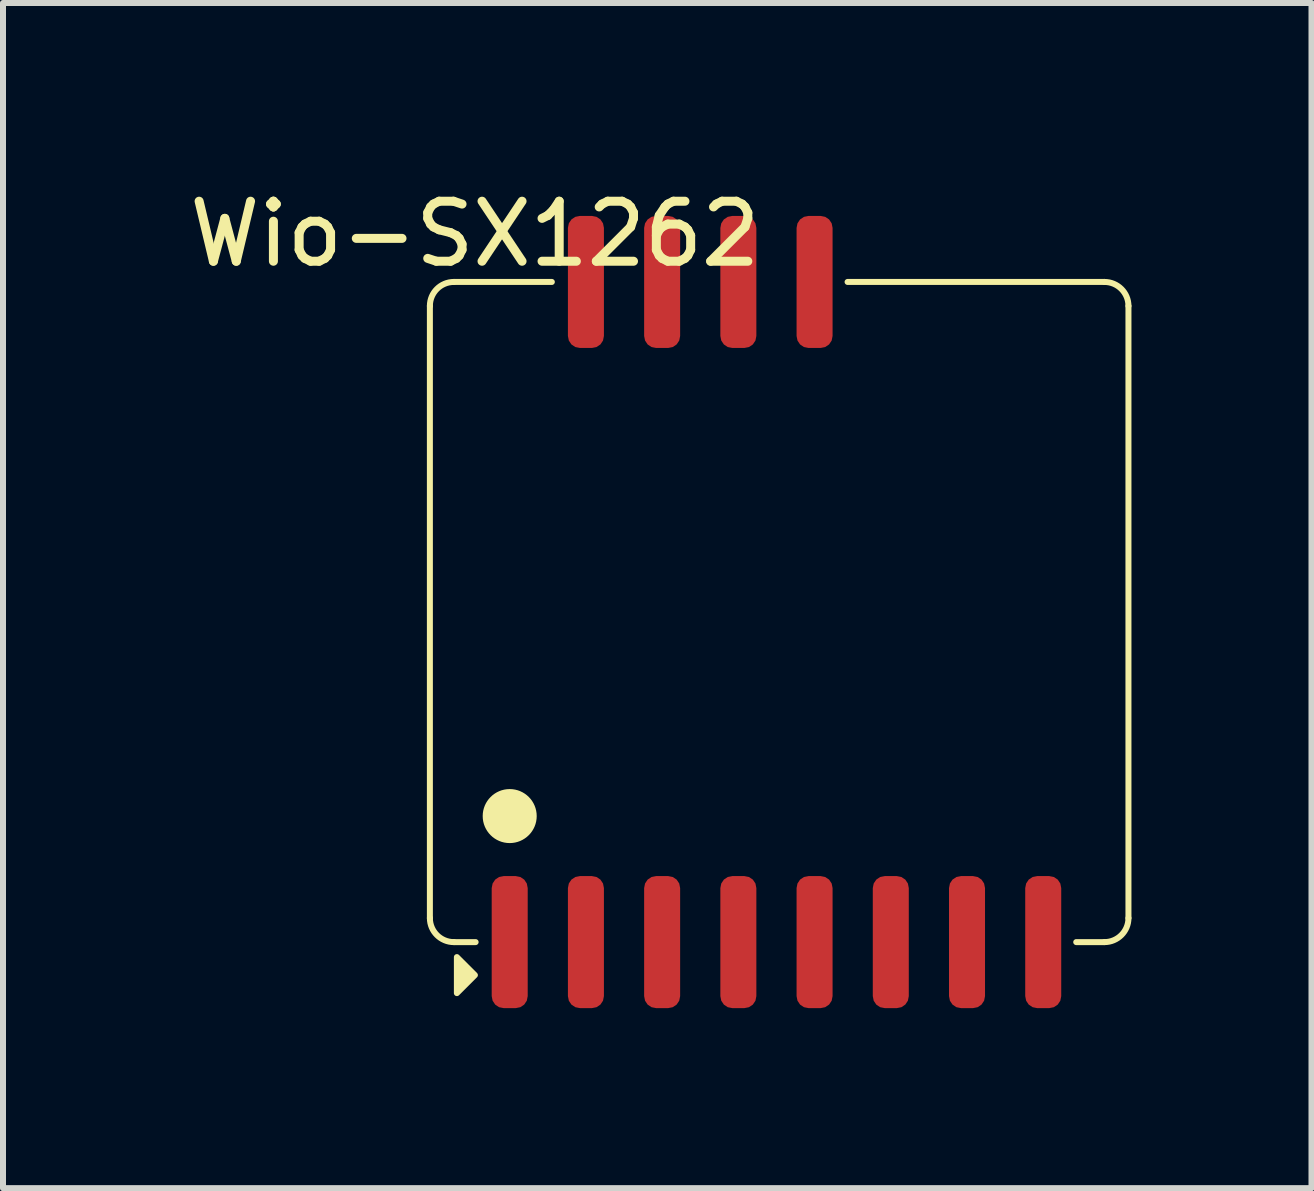
<source format=kicad_pcb>
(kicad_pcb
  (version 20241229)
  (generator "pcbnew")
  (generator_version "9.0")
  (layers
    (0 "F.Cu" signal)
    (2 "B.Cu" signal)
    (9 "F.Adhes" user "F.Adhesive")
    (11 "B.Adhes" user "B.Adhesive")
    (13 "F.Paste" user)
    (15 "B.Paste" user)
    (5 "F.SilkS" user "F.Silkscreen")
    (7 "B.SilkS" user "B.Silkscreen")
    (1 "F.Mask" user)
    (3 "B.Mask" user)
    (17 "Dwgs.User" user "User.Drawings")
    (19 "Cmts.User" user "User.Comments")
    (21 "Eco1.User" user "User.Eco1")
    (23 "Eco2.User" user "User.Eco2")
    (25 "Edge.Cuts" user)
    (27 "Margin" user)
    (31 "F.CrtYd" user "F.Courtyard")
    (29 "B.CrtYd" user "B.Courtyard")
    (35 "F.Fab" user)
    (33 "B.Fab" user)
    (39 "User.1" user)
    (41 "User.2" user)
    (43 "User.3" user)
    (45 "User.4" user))
  (footprint "Wio-SX1262"
    (layer "F.Cu")
    (at 4.113 12.648)
    (property "Reference" "Wio-SX1262" (at 0.75 -11.8 0) (layer "F.SilkS") (effects (font (size 1 1) (thickness 0.15))))
    (fp_line (start 0 -10.6) (end 0.000001 -0.4) (stroke (width 0.1) (type default)) (layer "F.SilkS"))
    (fp_line (start 0.4 -11) (end 2.032 -11) (stroke (width 0.1) (type default)) (layer "F.SilkS"))
    (fp_line (start 0.4 0) (end 0.762 0) (stroke (width 0.1) (type default)) (layer "F.SilkS"))
    (fp_line (start 11.24 -11) (end 6.96 -11) (stroke (width 0.1) (type default)) (layer "F.SilkS"))
    (fp_line (start 11.24 0) (end 10.77 0) (stroke (width 0.1) (type default)) (layer "F.SilkS"))
    (fp_line (start 11.64 -10.6) (end 11.64 -0.4) (stroke (width 0.1) (type default)) (layer "F.SilkS"))
    (fp_arc (start 0 -10.6) (mid 0.117157 -10.882843) (end 0.4 -11) (stroke (width 0.1) (type default)) (layer "F.SilkS"))
    (fp_arc (start 0.4 0) (mid 0.117157 -0.117157) (end 0 -0.4) (stroke (width 0.1) (type default)) (layer "F.SilkS"))
    (fp_arc (start 11.24 -11) (mid 11.522843 -10.882843) (end 11.64 -10.6) (stroke (width 0.1) (type default)) (layer "F.SilkS"))
    (fp_arc (start 11.64 -0.4) (mid 11.522843 -0.117157) (end 11.24 0) (stroke (width 0.1) (type default)) (layer "F.SilkS"))
    (fp_circle (center 1.33 -2.1) (end 1.73 -2.1) (stroke (width 0.1) (type solid)) (fill yes) (layer "F.SilkS"))
    (fp_poly (pts (xy 0.75 0.55) (xy 0.45 0.25) (xy 0.45 0.85)) (stroke (width 0.1) (type solid)) (fill yes) (layer "F.SilkS"))
    (pad "1" smd roundrect (at 1.33 0 90) (size 2.2 0.6) (layers "F.Cu" "F.Mask" "F.Paste") (roundrect_rratio 0.333))
    (pad "2" smd roundrect (at 2.6 0 90) (size 2.2 0.6) (layers "F.Cu" "F.Mask" "F.Paste") (roundrect_rratio 0.333))
    (pad "3" smd roundrect (at 3.87 0 90) (size 2.2 0.6) (layers "F.Cu" "F.Mask" "F.Paste") (roundrect_rratio 0.333))
    (pad "4" smd roundrect (at 5.14 0 90) (size 2.2 0.6) (layers "F.Cu" "F.Mask" "F.Paste") (roundrect_rratio 0.333))
    (pad "5" smd roundrect (at 6.41 0 90) (size 2.2 0.6) (layers "F.Cu" "F.Mask" "F.Paste") (roundrect_rratio 0.333))
    (pad "6" smd roundrect (at 7.68 0 90) (size 2.2 0.6) (layers "F.Cu" "F.Mask" "F.Paste") (roundrect_rratio 0.333))
    (pad "7" smd roundrect (at 8.95 0 90) (size 2.2 0.6) (layers "F.Cu" "F.Mask" "F.Paste") (roundrect_rratio 0.333))
    (pad "8" smd roundrect (at 10.22 0 90) (size 2.2 0.6) (layers "F.Cu" "F.Mask" "F.Paste") (roundrect_rratio 0.333))
    (pad "9" smd roundrect (at 6.41 -11 90) (size 2.2 0.6) (layers "F.Cu" "F.Mask" "F.Paste") (roundrect_rratio 0.333))
    (pad "10" smd roundrect (at 5.14 -11 90) (size 2.2 0.6) (layers "F.Cu" "F.Mask" "F.Paste") (roundrect_rratio 0.333))
    (pad "11" smd roundrect (at 3.87 -11 90) (size 2.2 0.6) (layers "F.Cu" "F.Mask" "F.Paste") (roundrect_rratio 0.333))
    (pad "12" smd roundrect (at 2.6 -11 90) (size 2.2 0.6) (layers "F.Cu" "F.Mask" "F.Paste") (roundrect_rratio 0.333)))
  (gr_rect
    (start -3 -3)
    (end 18.803 16.748)
    (stroke (width 0.1) (type default))
    (fill no)
    (layer "Edge.Cuts")))
</source>
